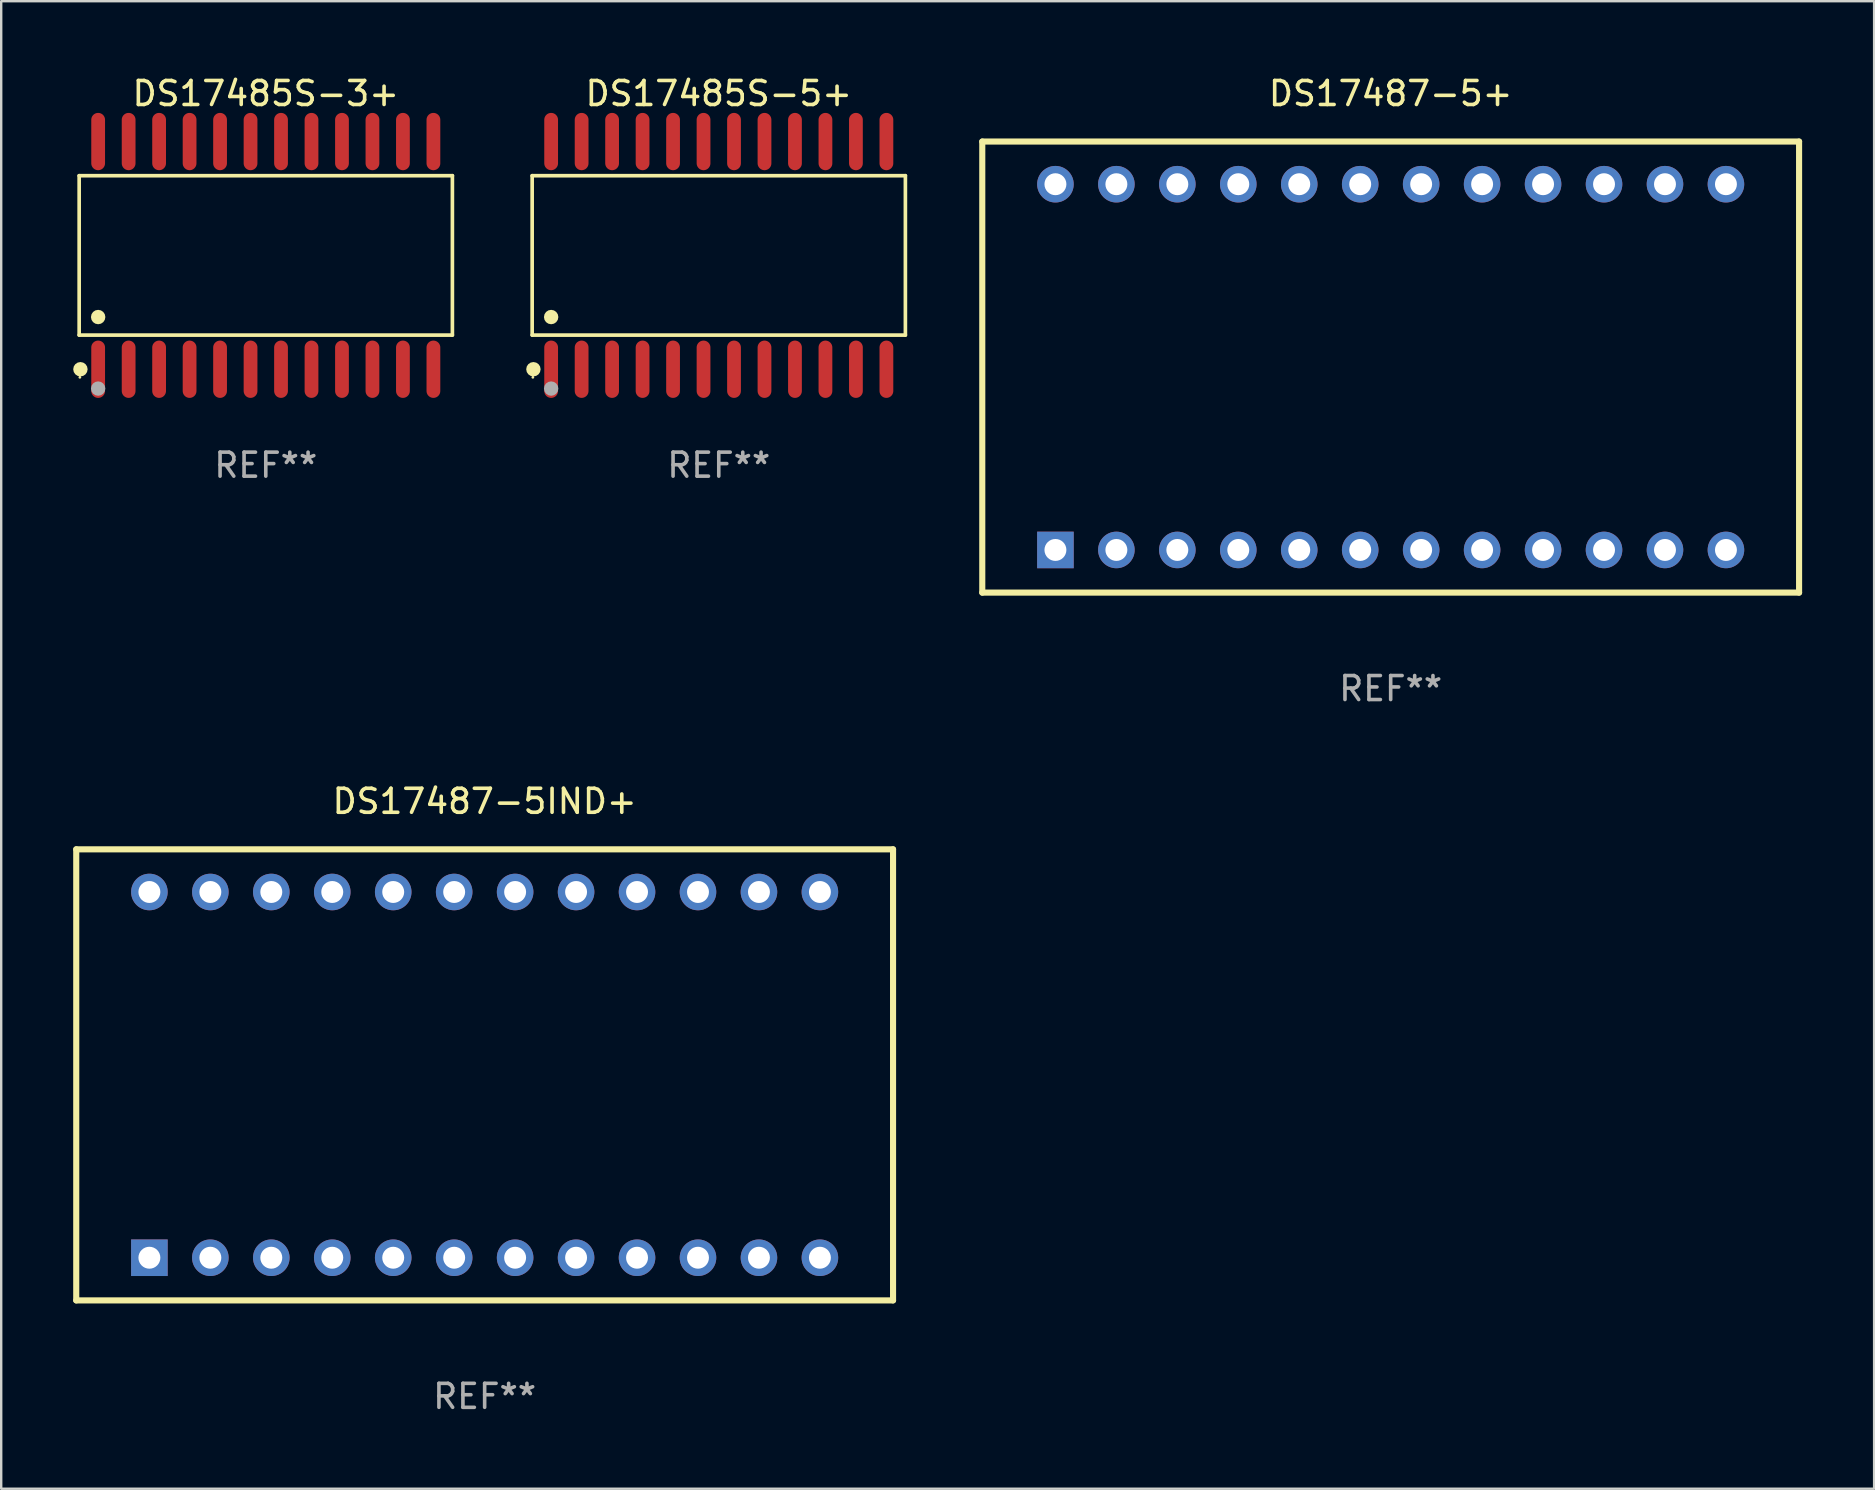
<source format=kicad_pcb>
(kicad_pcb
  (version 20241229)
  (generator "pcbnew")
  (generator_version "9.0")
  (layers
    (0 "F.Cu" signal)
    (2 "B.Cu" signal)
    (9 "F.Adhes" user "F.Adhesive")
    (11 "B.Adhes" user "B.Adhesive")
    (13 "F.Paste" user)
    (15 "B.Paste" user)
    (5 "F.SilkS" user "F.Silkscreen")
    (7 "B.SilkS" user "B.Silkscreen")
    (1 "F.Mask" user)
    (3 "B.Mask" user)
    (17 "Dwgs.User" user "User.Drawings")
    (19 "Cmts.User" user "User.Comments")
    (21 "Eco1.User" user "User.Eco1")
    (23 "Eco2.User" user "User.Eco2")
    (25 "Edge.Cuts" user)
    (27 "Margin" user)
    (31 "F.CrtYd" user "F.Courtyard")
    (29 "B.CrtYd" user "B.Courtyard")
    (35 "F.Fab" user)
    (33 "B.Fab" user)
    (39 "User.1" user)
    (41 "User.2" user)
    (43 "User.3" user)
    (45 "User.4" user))
  (footprint "DS17487-5+"
    (layer "F.Cu")
    (at 54.899 12.246)
    (property "Reference" "DS17487-5+" (at 0 -11.398 0) (layer "F.SilkS") (effects (font (size 1 1) (thickness 0.15))))
    (attr through_hole)
    (fp_line (start -17.018 -9.398) (end -17.018 9.398) (stroke (width 0.254) (type solid)) (layer "F.SilkS"))
    (fp_line (start -17.018 -9.398) (end 17.018 -9.398) (stroke (width 0.254) (type solid)) (layer "F.SilkS"))
    (fp_line (start -17.018 9.398) (end 17.018 9.398) (stroke (width 0.254) (type solid)) (layer "F.SilkS"))
    (fp_line (start 17.018 -9.398) (end 17.018 9.398) (stroke (width 0.254) (type solid)) (layer "F.SilkS"))
    (fp_text user "REF**" (at 0 13.398 0) (layer "F.Fab") (effects (font (size 1 1) (thickness 0.15))))
    (pad "1" thru_hole rect (at -13.97 7.62) (size 1.524 1.524) (drill 0.914) (layers "*.Cu" "*.Mask"))
    (pad "2" thru_hole circle (at -11.43 7.62) (size 1.524 1.524) (drill 0.914) (layers "*.Cu" "*.Mask"))
    (pad "3" thru_hole circle (at -8.89 7.62) (size 1.524 1.524) (drill 0.914) (layers "*.Cu" "*.Mask"))
    (pad "4" thru_hole circle (at -6.35 7.62) (size 1.524 1.524) (drill 0.914) (layers "*.Cu" "*.Mask"))
    (pad "5" thru_hole circle (at -3.81 7.62) (size 1.524 1.524) (drill 0.914) (layers "*.Cu" "*.Mask"))
    (pad "6" thru_hole circle (at -1.27 7.62) (size 1.524 1.524) (drill 0.914) (layers "*.Cu" "*.Mask"))
    (pad "7" thru_hole circle (at 1.27 7.62) (size 1.524 1.524) (drill 0.914) (layers "*.Cu" "*.Mask"))
    (pad "8" thru_hole circle (at 3.81 7.62) (size 1.524 1.524) (drill 0.914) (layers "*.Cu" "*.Mask"))
    (pad "9" thru_hole circle (at 6.35 7.62) (size 1.524 1.524) (drill 0.914) (layers "*.Cu" "*.Mask"))
    (pad "10" thru_hole circle (at 8.89 7.62) (size 1.524 1.524) (drill 0.914) (layers "*.Cu" "*.Mask"))
    (pad "11" thru_hole circle (at 11.43 7.62) (size 1.524 1.524) (drill 0.914) (layers "*.Cu" "*.Mask"))
    (pad "12" thru_hole circle (at 13.97 7.62) (size 1.524 1.524) (drill 0.914) (layers "*.Cu" "*.Mask"))
    (pad "13" thru_hole circle (at 13.97 -7.62) (size 1.524 1.524) (drill 0.914) (layers "*.Cu" "*.Mask"))
    (pad "14" thru_hole circle (at 11.43 -7.62) (size 1.524 1.524) (drill 0.914) (layers "*.Cu" "*.Mask"))
    (pad "15" thru_hole circle (at 8.89 -7.62) (size 1.524 1.524) (drill 0.914) (layers "*.Cu" "*.Mask"))
    (pad "16" thru_hole circle (at 6.35 -7.62) (size 1.524 1.524) (drill 0.914) (layers "*.Cu" "*.Mask"))
    (pad "17" thru_hole circle (at 3.81 -7.62) (size 1.524 1.524) (drill 0.914) (layers "*.Cu" "*.Mask"))
    (pad "18" thru_hole circle (at 1.27 -7.62) (size 1.524 1.524) (drill 0.914) (layers "*.Cu" "*.Mask"))
    (pad "19" thru_hole circle (at -1.27 -7.62) (size 1.524 1.524) (drill 0.914) (layers "*.Cu" "*.Mask"))
    (pad "20" thru_hole circle (at -3.81 -7.62) (size 1.524 1.524) (drill 0.914) (layers "*.Cu" "*.Mask"))
    (pad "21" thru_hole circle (at -6.35 -7.62) (size 1.524 1.524) (drill 0.914) (layers "*.Cu" "*.Mask"))
    (pad "22" thru_hole circle (at -8.89 -7.62) (size 1.524 1.524) (drill 0.914) (layers "*.Cu" "*.Mask"))
    (pad "23" thru_hole circle (at -11.43 -7.62) (size 1.524 1.524) (drill 0.914) (layers "*.Cu" "*.Mask"))
    (pad "24" thru_hole circle (at -13.97 -7.62) (size 1.524 1.524) (drill 0.914) (layers "*.Cu" "*.Mask")))
  (footprint "DS17487-5IND+"
    (layer "F.Cu")
    (at 17.145 41.739)
    (property "Reference" "DS17487-5IND+" (at 0 -11.398 0) (layer "F.SilkS") (effects (font (size 1 1) (thickness 0.15))))
    (attr through_hole)
    (fp_line (start -17.018 -9.398) (end -17.018 9.398) (stroke (width 0.254) (type solid)) (layer "F.SilkS"))
    (fp_line (start -17.018 -9.398) (end 17.018 -9.398) (stroke (width 0.254) (type solid)) (layer "F.SilkS"))
    (fp_line (start -17.018 9.398) (end 17.018 9.398) (stroke (width 0.254) (type solid)) (layer "F.SilkS"))
    (fp_line (start 17.018 -9.398) (end 17.018 9.398) (stroke (width 0.254) (type solid)) (layer "F.SilkS"))
    (fp_text user "REF**" (at 0 13.398 0) (layer "F.Fab") (effects (font (size 1 1) (thickness 0.15))))
    (pad "1" thru_hole rect (at -13.97 7.62) (size 1.524 1.524) (drill 0.914) (layers "*.Cu" "*.Mask"))
    (pad "2" thru_hole circle (at -11.43 7.62) (size 1.524 1.524) (drill 0.914) (layers "*.Cu" "*.Mask"))
    (pad "3" thru_hole circle (at -8.89 7.62) (size 1.524 1.524) (drill 0.914) (layers "*.Cu" "*.Mask"))
    (pad "4" thru_hole circle (at -6.35 7.62) (size 1.524 1.524) (drill 0.914) (layers "*.Cu" "*.Mask"))
    (pad "5" thru_hole circle (at -3.81 7.62) (size 1.524 1.524) (drill 0.914) (layers "*.Cu" "*.Mask"))
    (pad "6" thru_hole circle (at -1.27 7.62) (size 1.524 1.524) (drill 0.914) (layers "*.Cu" "*.Mask"))
    (pad "7" thru_hole circle (at 1.27 7.62) (size 1.524 1.524) (drill 0.914) (layers "*.Cu" "*.Mask"))
    (pad "8" thru_hole circle (at 3.81 7.62) (size 1.524 1.524) (drill 0.914) (layers "*.Cu" "*.Mask"))
    (pad "9" thru_hole circle (at 6.35 7.62) (size 1.524 1.524) (drill 0.914) (layers "*.Cu" "*.Mask"))
    (pad "10" thru_hole circle (at 8.89 7.62) (size 1.524 1.524) (drill 0.914) (layers "*.Cu" "*.Mask"))
    (pad "11" thru_hole circle (at 11.43 7.62) (size 1.524 1.524) (drill 0.914) (layers "*.Cu" "*.Mask"))
    (pad "12" thru_hole circle (at 13.97 7.62) (size 1.524 1.524) (drill 0.914) (layers "*.Cu" "*.Mask"))
    (pad "13" thru_hole circle (at 13.97 -7.62) (size 1.524 1.524) (drill 0.914) (layers "*.Cu" "*.Mask"))
    (pad "14" thru_hole circle (at 11.43 -7.62) (size 1.524 1.524) (drill 0.914) (layers "*.Cu" "*.Mask"))
    (pad "15" thru_hole circle (at 8.89 -7.62) (size 1.524 1.524) (drill 0.914) (layers "*.Cu" "*.Mask"))
    (pad "16" thru_hole circle (at 6.35 -7.62) (size 1.524 1.524) (drill 0.914) (layers "*.Cu" "*.Mask"))
    (pad "17" thru_hole circle (at 3.81 -7.62) (size 1.524 1.524) (drill 0.914) (layers "*.Cu" "*.Mask"))
    (pad "18" thru_hole circle (at 1.27 -7.62) (size 1.524 1.524) (drill 0.914) (layers "*.Cu" "*.Mask"))
    (pad "19" thru_hole circle (at -1.27 -7.62) (size 1.524 1.524) (drill 0.914) (layers "*.Cu" "*.Mask"))
    (pad "20" thru_hole circle (at -3.81 -7.62) (size 1.524 1.524) (drill 0.914) (layers "*.Cu" "*.Mask"))
    (pad "21" thru_hole circle (at -6.35 -7.62) (size 1.524 1.524) (drill 0.914) (layers "*.Cu" "*.Mask"))
    (pad "22" thru_hole circle (at -8.89 -7.62) (size 1.524 1.524) (drill 0.914) (layers "*.Cu" "*.Mask"))
    (pad "23" thru_hole circle (at -11.43 -7.62) (size 1.524 1.524) (drill 0.914) (layers "*.Cu" "*.Mask"))
    (pad "24" thru_hole circle (at -13.97 -7.62) (size 1.524 1.524) (drill 0.914) (layers "*.Cu" "*.Mask")))
  (footprint "DS17485S-3+"
    (layer "F.Cu")
    (at 8.025 7.592)
    (property "Reference" "DS17485S-3+" (at 0 -6.744 0) (layer "F.SilkS") (effects (font (size 1 1) (thickness 0.15))))
    (attr through_hole)
    (fp_line (start -7.776 -3.321) (end 7.776 -3.321) (stroke (width 0.152) (type solid)) (layer "F.SilkS"))
    (fp_line (start -7.776 3.321) (end -7.776 -3.321) (stroke (width 0.152) (type solid)) (layer "F.SilkS"))
    (fp_line (start 7.776 -3.321) (end 7.776 3.321) (stroke (width 0.152) (type solid)) (layer "F.SilkS"))
    (fp_line (start 7.776 3.321) (end -7.776 3.321) (stroke (width 0.152) (type solid)) (layer "F.SilkS"))
    (fp_circle (center -7.747 5.08) (end -7.717 5.08) (stroke (width 0.06) (type solid)) (fill no) (layer "F.SilkS"))
    (fp_circle (center -7.724 4.744) (end -7.574 4.744) (stroke (width 0.3) (type solid)) (fill no) (layer "F.SilkS"))
    (fp_circle (center -6.985 2.569) (end -6.835 2.569) (stroke (width 0.3) (type solid)) (fill no) (layer "F.SilkS"))
    (fp_circle (center -6.985 5.55) (end -6.835 5.55) (stroke (width 0.3) (type solid)) (fill no) (layer "F.Fab"))
    (fp_text user "REF**" (at 0 8.744 0) (layer "F.Fab") (effects (font (size 1 1) (thickness 0.15))))
    (pad "1" smd oval (at -6.985 4.744) (size 0.574 2.388) (layers "F.Cu" "F.Mask" "F.Paste"))
    (pad "2" smd oval (at -5.715 4.744) (size 0.574 2.388) (layers "F.Cu" "F.Mask" "F.Paste"))
    (pad "3" smd oval (at -4.445 4.744) (size 0.574 2.388) (layers "F.Cu" "F.Mask" "F.Paste"))
    (pad "4" smd oval (at -3.175 4.744) (size 0.574 2.388) (layers "F.Cu" "F.Mask" "F.Paste"))
    (pad "5" smd oval (at -1.905 4.744) (size 0.574 2.388) (layers "F.Cu" "F.Mask" "F.Paste"))
    (pad "6" smd oval (at -0.635 4.744) (size 0.574 2.388) (layers "F.Cu" "F.Mask" "F.Paste"))
    (pad "7" smd oval (at 0.635 4.744) (size 0.574 2.388) (layers "F.Cu" "F.Mask" "F.Paste"))
    (pad "8" smd oval (at 1.905 4.744) (size 0.574 2.388) (layers "F.Cu" "F.Mask" "F.Paste"))
    (pad "9" smd oval (at 3.175 4.744) (size 0.574 2.388) (layers "F.Cu" "F.Mask" "F.Paste"))
    (pad "10" smd oval (at 4.445 4.744) (size 0.574 2.388) (layers "F.Cu" "F.Mask" "F.Paste"))
    (pad "11" smd oval (at 5.715 4.744) (size 0.574 2.388) (layers "F.Cu" "F.Mask" "F.Paste"))
    (pad "12" smd oval (at 6.985 4.744) (size 0.574 2.388) (layers "F.Cu" "F.Mask" "F.Paste"))
    (pad "13" smd oval (at 6.985 -4.744) (size 0.574 2.388) (layers "F.Cu" "F.Mask" "F.Paste"))
    (pad "14" smd oval (at 5.715 -4.744) (size 0.574 2.388) (layers "F.Cu" "F.Mask" "F.Paste"))
    (pad "15" smd oval (at 4.445 -4.744) (size 0.574 2.388) (layers "F.Cu" "F.Mask" "F.Paste"))
    (pad "16" smd oval (at 3.175 -4.744) (size 0.574 2.388) (layers "F.Cu" "F.Mask" "F.Paste"))
    (pad "17" smd oval (at 1.905 -4.744) (size 0.574 2.388) (layers "F.Cu" "F.Mask" "F.Paste"))
    (pad "18" smd oval (at 0.635 -4.744) (size 0.574 2.388) (layers "F.Cu" "F.Mask" "F.Paste"))
    (pad "19" smd oval (at -0.635 -4.744) (size 0.574 2.388) (layers "F.Cu" "F.Mask" "F.Paste"))
    (pad "20" smd oval (at -1.905 -4.744) (size 0.574 2.388) (layers "F.Cu" "F.Mask" "F.Paste"))
    (pad "21" smd oval (at -3.175 -4.744) (size 0.574 2.388) (layers "F.Cu" "F.Mask" "F.Paste"))
    (pad "22" smd oval (at -4.445 -4.744) (size 0.574 2.388) (layers "F.Cu" "F.Mask" "F.Paste"))
    (pad "23" smd oval (at -5.715 -4.744) (size 0.574 2.388) (layers "F.Cu" "F.Mask" "F.Paste"))
    (pad "24" smd oval (at -6.985 -4.744) (size 0.574 2.388) (layers "F.Cu" "F.Mask" "F.Paste")))
  (footprint "DS17485S-5+"
    (layer "F.Cu")
    (at 26.901 7.592)
    (property "Reference" "DS17485S-5+" (at 0 -6.744 0) (layer "F.SilkS") (effects (font (size 1 1) (thickness 0.15))))
    (attr through_hole)
    (fp_line (start -7.776 -3.321) (end 7.776 -3.321) (stroke (width 0.152) (type solid)) (layer "F.SilkS"))
    (fp_line (start -7.776 3.321) (end -7.776 -3.321) (stroke (width 0.152) (type solid)) (layer "F.SilkS"))
    (fp_line (start 7.776 -3.321) (end 7.776 3.321) (stroke (width 0.152) (type solid)) (layer "F.SilkS"))
    (fp_line (start 7.776 3.321) (end -7.776 3.321) (stroke (width 0.152) (type solid)) (layer "F.SilkS"))
    (fp_circle (center -7.747 5.08) (end -7.717 5.08) (stroke (width 0.06) (type solid)) (fill no) (layer "F.SilkS"))
    (fp_circle (center -7.724 4.744) (end -7.574 4.744) (stroke (width 0.3) (type solid)) (fill no) (layer "F.SilkS"))
    (fp_circle (center -6.985 2.569) (end -6.835 2.569) (stroke (width 0.3) (type solid)) (fill no) (layer "F.SilkS"))
    (fp_circle (center -6.985 5.55) (end -6.835 5.55) (stroke (width 0.3) (type solid)) (fill no) (layer "F.Fab"))
    (fp_text user "REF**" (at 0 8.744 0) (layer "F.Fab") (effects (font (size 1 1) (thickness 0.15))))
    (pad "1" smd oval (at -6.985 4.744) (size 0.574 2.388) (layers "F.Cu" "F.Mask" "F.Paste"))
    (pad "2" smd oval (at -5.715 4.744) (size 0.574 2.388) (layers "F.Cu" "F.Mask" "F.Paste"))
    (pad "3" smd oval (at -4.445 4.744) (size 0.574 2.388) (layers "F.Cu" "F.Mask" "F.Paste"))
    (pad "4" smd oval (at -3.175 4.744) (size 0.574 2.388) (layers "F.Cu" "F.Mask" "F.Paste"))
    (pad "5" smd oval (at -1.905 4.744) (size 0.574 2.388) (layers "F.Cu" "F.Mask" "F.Paste"))
    (pad "6" smd oval (at -0.635 4.744) (size 0.574 2.388) (layers "F.Cu" "F.Mask" "F.Paste"))
    (pad "7" smd oval (at 0.635 4.744) (size 0.574 2.388) (layers "F.Cu" "F.Mask" "F.Paste"))
    (pad "8" smd oval (at 1.905 4.744) (size 0.574 2.388) (layers "F.Cu" "F.Mask" "F.Paste"))
    (pad "9" smd oval (at 3.175 4.744) (size 0.574 2.388) (layers "F.Cu" "F.Mask" "F.Paste"))
    (pad "10" smd oval (at 4.445 4.744) (size 0.574 2.388) (layers "F.Cu" "F.Mask" "F.Paste"))
    (pad "11" smd oval (at 5.715 4.744) (size 0.574 2.388) (layers "F.Cu" "F.Mask" "F.Paste"))
    (pad "12" smd oval (at 6.985 4.744) (size 0.574 2.388) (layers "F.Cu" "F.Mask" "F.Paste"))
    (pad "13" smd oval (at 6.985 -4.744) (size 0.574 2.388) (layers "F.Cu" "F.Mask" "F.Paste"))
    (pad "14" smd oval (at 5.715 -4.744) (size 0.574 2.388) (layers "F.Cu" "F.Mask" "F.Paste"))
    (pad "15" smd oval (at 4.445 -4.744) (size 0.574 2.388) (layers "F.Cu" "F.Mask" "F.Paste"))
    (pad "16" smd oval (at 3.175 -4.744) (size 0.574 2.388) (layers "F.Cu" "F.Mask" "F.Paste"))
    (pad "17" smd oval (at 1.905 -4.744) (size 0.574 2.388) (layers "F.Cu" "F.Mask" "F.Paste"))
    (pad "18" smd oval (at 0.635 -4.744) (size 0.574 2.388) (layers "F.Cu" "F.Mask" "F.Paste"))
    (pad "19" smd oval (at -0.635 -4.744) (size 0.574 2.388) (layers "F.Cu" "F.Mask" "F.Paste"))
    (pad "20" smd oval (at -1.905 -4.744) (size 0.574 2.388) (layers "F.Cu" "F.Mask" "F.Paste"))
    (pad "21" smd oval (at -3.175 -4.744) (size 0.574 2.388) (layers "F.Cu" "F.Mask" "F.Paste"))
    (pad "22" smd oval (at -4.445 -4.744) (size 0.574 2.388) (layers "F.Cu" "F.Mask" "F.Paste"))
    (pad "23" smd oval (at -5.715 -4.744) (size 0.574 2.388) (layers "F.Cu" "F.Mask" "F.Paste"))
    (pad "24" smd oval (at -6.985 -4.744) (size 0.574 2.388) (layers "F.Cu" "F.Mask" "F.Paste")))
  (gr_rect
    (start -3 -3)
    (end 75.044 58.985)
    (stroke (width 0.1) (type default))
    (fill no)
    (layer "Edge.Cuts")))
</source>
